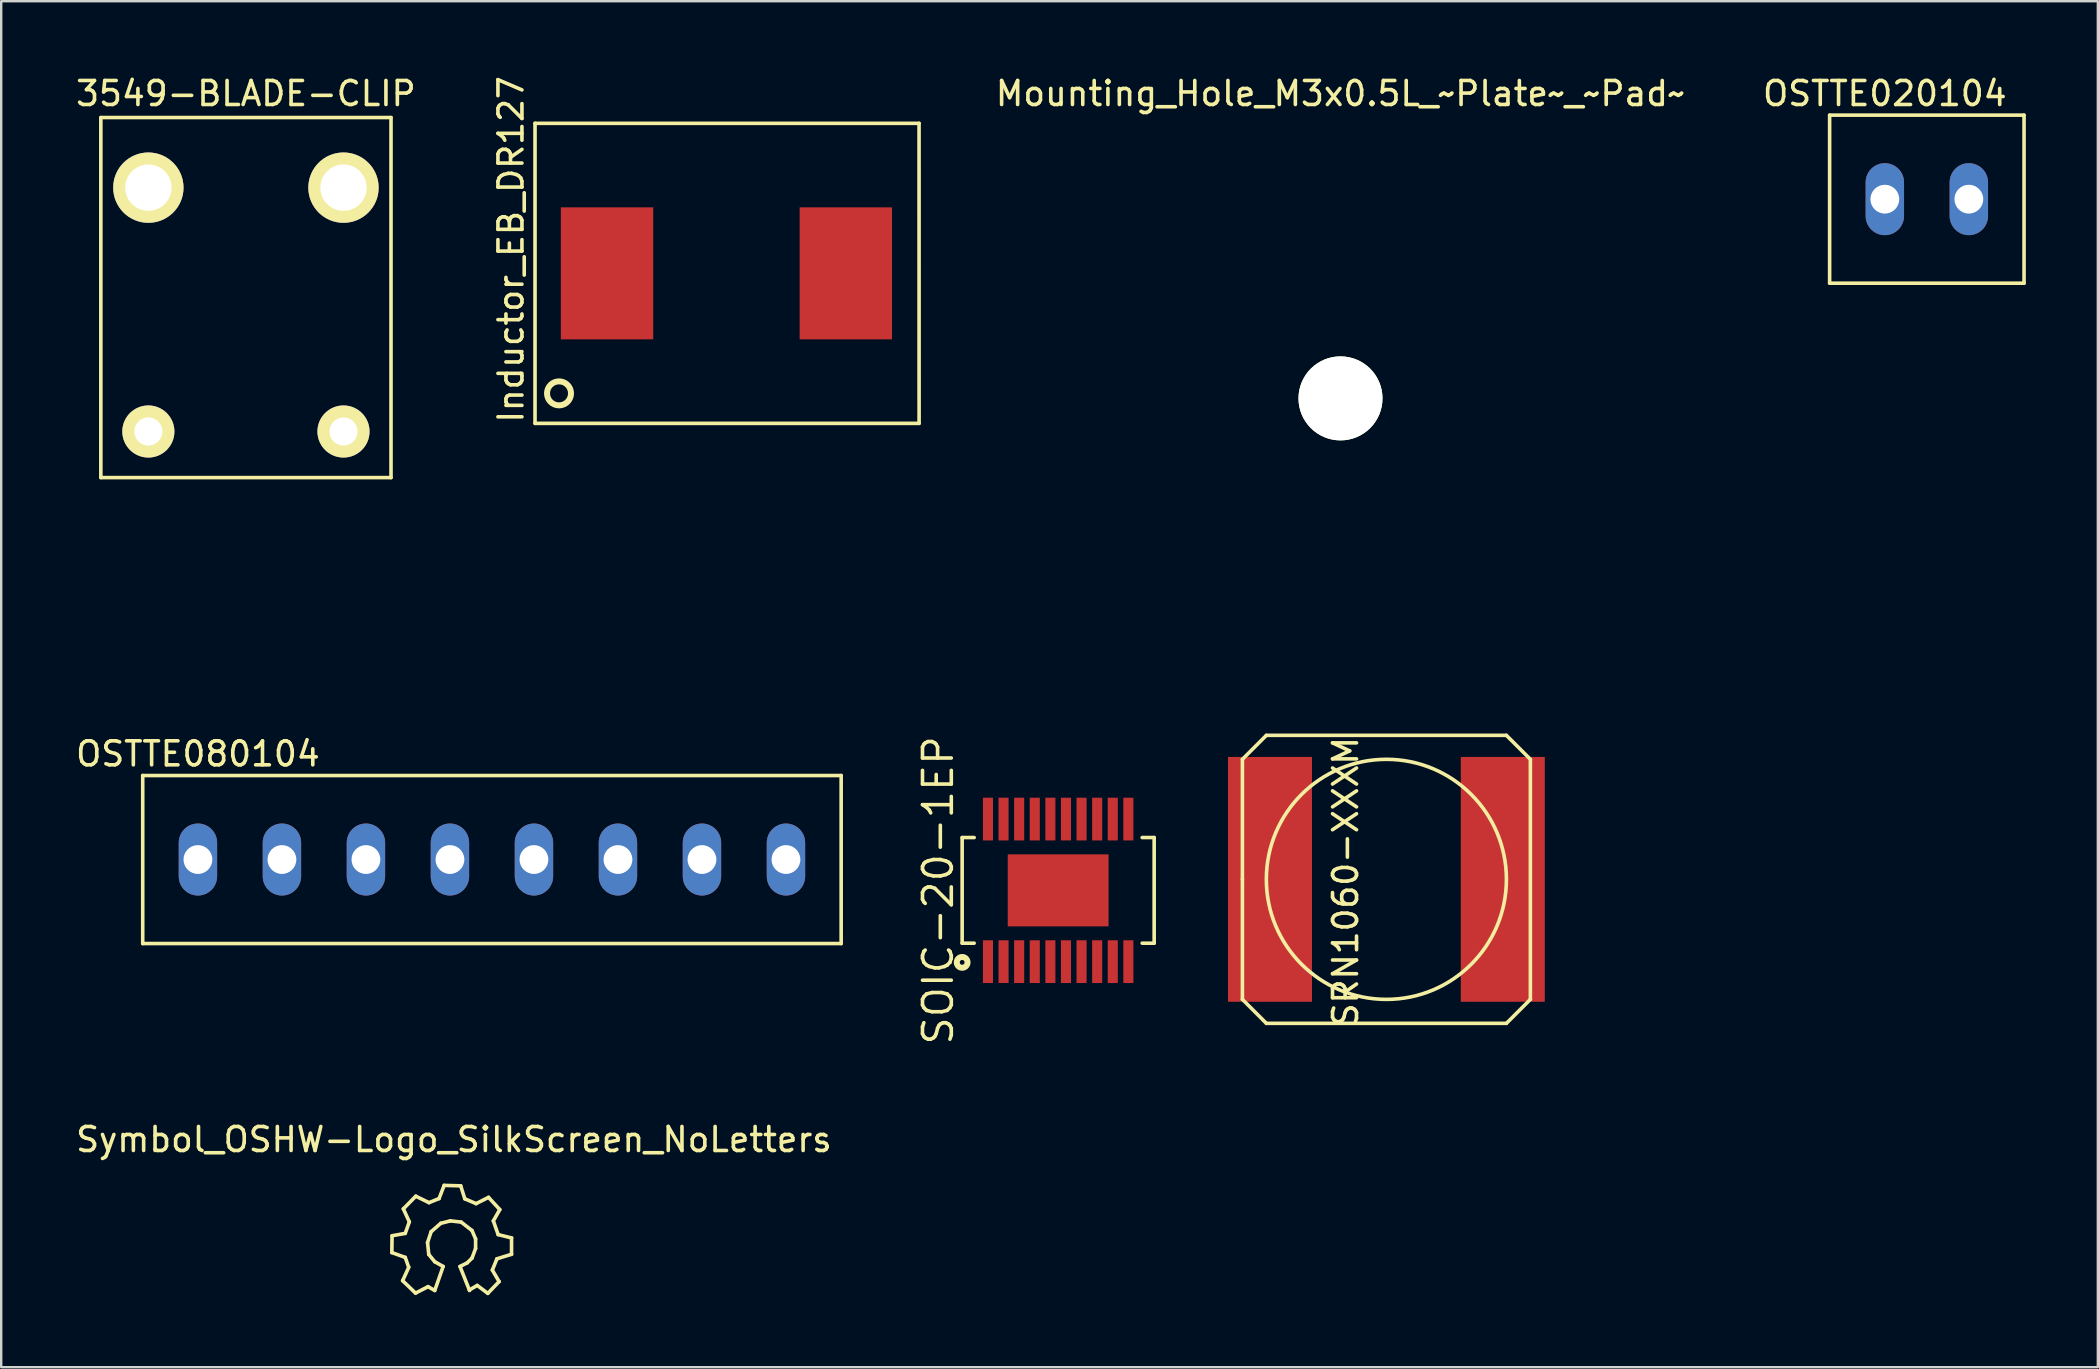
<source format=kicad_pcb>
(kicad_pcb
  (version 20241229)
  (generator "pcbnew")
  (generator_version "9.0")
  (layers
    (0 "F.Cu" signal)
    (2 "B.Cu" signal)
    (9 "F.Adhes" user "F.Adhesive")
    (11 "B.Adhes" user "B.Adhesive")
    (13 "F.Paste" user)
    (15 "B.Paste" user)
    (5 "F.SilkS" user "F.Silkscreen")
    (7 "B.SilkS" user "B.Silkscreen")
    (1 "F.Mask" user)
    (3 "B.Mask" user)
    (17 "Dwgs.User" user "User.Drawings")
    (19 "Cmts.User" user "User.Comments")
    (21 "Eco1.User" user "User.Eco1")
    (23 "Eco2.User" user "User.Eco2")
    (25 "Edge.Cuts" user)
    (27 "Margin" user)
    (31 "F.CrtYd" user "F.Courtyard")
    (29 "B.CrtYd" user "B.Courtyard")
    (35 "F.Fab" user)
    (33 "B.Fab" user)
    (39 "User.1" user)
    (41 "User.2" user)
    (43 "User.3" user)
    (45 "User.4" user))
  (footprint "Symbol_OSHW-Logo_SilkScreen_NoLetters"
    (layer "F.Cu")
    (at 15.764 48.817)
    (property "Reference" "Symbol_OSHW-Logo_SilkScreen_NoLetters" (at 0.099 -4.389 0) (layer "F.SilkS") (effects (font (size 1 1) (thickness 0.15))))
    (attr through_hole)
    (fp_line (start -2.489 0.32) (end -1.93 0.521) (stroke (width 0.15) (type solid)) (layer "F.SilkS"))
    (fp_line (start -2.479 -0.381) (end -2.489 0.32) (stroke (width 0.15) (type solid)) (layer "F.SilkS"))
    (fp_line (start -2.04 1.491) (end -1.501 2.009) (stroke (width 0.15) (type solid)) (layer "F.SilkS"))
    (fp_line (start -2.009 -1.501) (end -1.76 -0.96) (stroke (width 0.15) (type solid)) (layer "F.SilkS"))
    (fp_line (start -1.93 -0.48) (end -2.479 -0.381) (stroke (width 0.15) (type solid)) (layer "F.SilkS"))
    (fp_line (start -1.93 0.521) (end -1.791 0.919) (stroke (width 0.15) (type solid)) (layer "F.SilkS"))
    (fp_line (start -1.781 0.93) (end -2.04 1.491) (stroke (width 0.15) (type solid)) (layer "F.SilkS"))
    (fp_line (start -1.76 -0.96) (end -1.93 -0.48) (stroke (width 0.15) (type solid)) (layer "F.SilkS"))
    (fp_line (start -1.501 2.009) (end -0.98 1.74) (stroke (width 0.15) (type solid)) (layer "F.SilkS"))
    (fp_line (start -1.491 -2.029) (end -2.009 -1.501) (stroke (width 0.15) (type solid)) (layer "F.SilkS"))
    (fp_line (start -1.001 -0.099) (end -0.95 0.399) (stroke (width 0.15) (type solid)) (layer "F.SilkS"))
    (fp_line (start -0.98 1.74) (end -0.701 1.9) (stroke (width 0.15) (type solid)) (layer "F.SilkS"))
    (fp_line (start -0.95 0.399) (end -0.701 0.701) (stroke (width 0.15) (type solid)) (layer "F.SilkS"))
    (fp_line (start -0.94 -1.76) (end -1.491 -2.029) (stroke (width 0.15) (type solid)) (layer "F.SilkS"))
    (fp_line (start -0.851 -0.551) (end -1.001 -0.099) (stroke (width 0.15) (type solid)) (layer "F.SilkS"))
    (fp_line (start -0.701 0.701) (end -0.351 0.899) (stroke (width 0.15) (type solid)) (layer "F.SilkS"))
    (fp_line (start -0.521 -1.93) (end -0.94 -1.76) (stroke (width 0.15) (type solid)) (layer "F.SilkS"))
    (fp_line (start -0.45 -0.899) (end -0.851 -0.551) (stroke (width 0.15) (type solid)) (layer "F.SilkS"))
    (fp_line (start -0.351 0.899) (end -0.701 1.9) (stroke (width 0.15) (type solid)) (layer "F.SilkS"))
    (fp_line (start -0.31 -2.479) (end -0.521 -1.93) (stroke (width 0.15) (type solid)) (layer "F.SilkS"))
    (fp_line (start -0.051 -1.001) (end -0.45 -0.899) (stroke (width 0.15) (type solid)) (layer "F.SilkS"))
    (fp_line (start 0.351 0.899) (end 0.65 0.749) (stroke (width 0.15) (type solid)) (layer "F.SilkS"))
    (fp_line (start 0.351 0.899) (end 0.749 1.9) (stroke (width 0.15) (type solid)) (layer "F.SilkS"))
    (fp_line (start 0.381 -2.461) (end -0.31 -2.479) (stroke (width 0.15) (type solid)) (layer "F.SilkS"))
    (fp_line (start 0.399 -0.95) (end -0.051 -1.001) (stroke (width 0.15) (type solid)) (layer "F.SilkS"))
    (fp_line (start 0.551 -1.92) (end 0.381 -2.461) (stroke (width 0.15) (type solid)) (layer "F.SilkS"))
    (fp_line (start 0.65 0.749) (end 0.851 0.551) (stroke (width 0.15) (type solid)) (layer "F.SilkS"))
    (fp_line (start 0.739 1.88) (end 1.069 1.689) (stroke (width 0.15) (type solid)) (layer "F.SilkS"))
    (fp_line (start 0.851 -0.599) (end 0.399 -0.95) (stroke (width 0.15) (type solid)) (layer "F.SilkS"))
    (fp_line (start 0.851 0.551) (end 1.001 0.15) (stroke (width 0.15) (type solid)) (layer "F.SilkS"))
    (fp_line (start 1.001 -0.249) (end 0.851 -0.599) (stroke (width 0.15) (type solid)) (layer "F.SilkS"))
    (fp_line (start 1.001 0.15) (end 1.001 -0.249) (stroke (width 0.15) (type solid)) (layer "F.SilkS"))
    (fp_line (start 1.021 -1.72) (end 0.551 -1.92) (stroke (width 0.15) (type solid)) (layer "F.SilkS"))
    (fp_line (start 1.069 1.689) (end 1.509 2.019) (stroke (width 0.15) (type solid)) (layer "F.SilkS"))
    (fp_line (start 1.509 2.019) (end 1.981 1.529) (stroke (width 0.15) (type solid)) (layer "F.SilkS"))
    (fp_line (start 1.539 -1.981) (end 1.021 -1.72) (stroke (width 0.15) (type solid)) (layer "F.SilkS"))
    (fp_line (start 1.699 1.049) (end 1.89 0.579) (stroke (width 0.15) (type solid)) (layer "F.SilkS"))
    (fp_line (start 1.74 -1.001) (end 2.009 -1.471) (stroke (width 0.15) (type solid)) (layer "F.SilkS"))
    (fp_line (start 1.89 0.579) (end 2.499 0.391) (stroke (width 0.15) (type solid)) (layer "F.SilkS"))
    (fp_line (start 1.941 -0.429) (end 1.74 -1.001) (stroke (width 0.15) (type solid)) (layer "F.SilkS"))
    (fp_line (start 1.981 1.529) (end 1.699 1.049) (stroke (width 0.15) (type solid)) (layer "F.SilkS"))
    (fp_line (start 2.009 -1.471) (end 1.539 -1.981) (stroke (width 0.15) (type solid)) (layer "F.SilkS"))
    (fp_line (start 2.499 -0.29) (end 1.941 -0.429) (stroke (width 0.15) (type solid)) (layer "F.SilkS"))
    (fp_line (start 2.499 0.391) (end 2.499 -0.29) (stroke (width 0.15) (type solid)) (layer "F.SilkS")))
  (footprint "SRN1060-XXXM"
    (layer "F.Cu")
    (at 54.712 33.587)
    (property "Reference" "SRN1060-XXXM" (at -1.699 0.099 90) (layer "F.SilkS") (effects (font (size 1 1) (thickness 0.15))))
    (attr smd)
    (fp_line (start -5.999 -5.001) (end -5.001 -5.999) (stroke (width 0.15) (type solid)) (layer "F.SilkS"))
    (fp_line (start -5.999 0) (end -5.999 -5.001) (stroke (width 0.15) (type solid)) (layer "F.SilkS"))
    (fp_line (start -5.999 5.001) (end -5.999 0) (stroke (width 0.15) (type solid)) (layer "F.SilkS"))
    (fp_line (start -5.001 -5.999) (end 5.001 -5.999) (stroke (width 0.15) (type solid)) (layer "F.SilkS"))
    (fp_line (start -5.001 5.999) (end -5.999 5.001) (stroke (width 0.15) (type solid)) (layer "F.SilkS"))
    (fp_line (start 5.001 -5.999) (end 5.999 -5.001) (stroke (width 0.15) (type solid)) (layer "F.SilkS"))
    (fp_line (start 5.001 5.999) (end -5.001 5.999) (stroke (width 0.15) (type solid)) (layer "F.SilkS"))
    (fp_line (start 5.999 -5.001) (end 5.999 5.001) (stroke (width 0.15) (type solid)) (layer "F.SilkS"))
    (fp_line (start 5.999 5.001) (end 5.001 5.999) (stroke (width 0.15) (type solid)) (layer "F.SilkS"))
    (fp_circle (center 0 0) (end 0 -5.001) (stroke (width 0.15) (type solid)) (fill no) (layer "F.SilkS"))
    (fp_text user "" (at 0 0 0) (layer "F.SilkS") (effects (font (size 1 1) (thickness 0.15))))
    (fp_text user "" (at 0 0 0) (layer "F.SilkS") (effects (font (size 1 1) (thickness 0.15))))
    (pad "1" smd rect (at -4.85 0) (size 3.5 10.2) (layers "F.Cu" "F.Mask" "F.Paste"))
    (pad "2" smd rect (at 4.85 0) (size 3.5 10.2) (layers "F.Cu" "F.Mask" "F.Paste")))
  (footprint "3549-BLADE-CLIP"
    (layer "F.Cu")
    (at 7.196 9.848)
    (property "Reference" "3549-BLADE-CLIP" (at 0 -9 0) (layer "F.SilkS") (effects (font (size 1 1) (thickness 0.15))))
    (attr through_hole)
    (fp_line (start -6.045 -8) (end -6.045 7) (stroke (width 0.15) (type solid)) (layer "F.SilkS"))
    (fp_line (start -6.045 -8) (end 6.045 -8) (stroke (width 0.15) (type solid)) (layer "F.SilkS"))
    (fp_line (start 6.045 -8) (end 6.045 7) (stroke (width 0.15) (type solid)) (layer "F.SilkS"))
    (fp_line (start 6.045 7) (end -6.045 7) (stroke (width 0.15) (type solid)) (layer "F.SilkS"))
    (pad "1" thru_hole circle (at -4.065 -5.08) (size 2.93 2.93) (drill 1.93) (layers "*.Cu" "*.Mask" "F.SilkS"))
    (pad "1" thru_hole circle (at -4.065 5.08) (size 2.17 2.17) (drill 1.17) (layers "*.Cu" "*.Mask" "F.SilkS"))
    (pad "2" thru_hole circle (at 4.065 -5.08) (size 2.93 2.93) (drill 1.93) (layers "*.Cu" "*.Mask" "F.SilkS"))
    (pad "2" thru_hole circle (at 4.065 5.08) (size 2.17 2.17) (drill 1.17) (layers "*.Cu" "*.Mask" "F.SilkS")))
  (footprint "Inductor_EB_DR127"
    (layer "F.Cu")
    (at 22.241 8.339)
    (property "Reference" "Inductor_EB_DR127" (at -4 -1 90) (layer "F.SilkS") (effects (font (size 1 1) (thickness 0.15))))
    (attr smd)
    (fp_line (start -3 -6.25) (end 13.002 -6.25) (stroke (width 0.15) (type solid)) (layer "F.SilkS"))
    (fp_line (start -3 6.25) (end -3 -6.25) (stroke (width 0.15) (type solid)) (layer "F.SilkS"))
    (fp_line (start 13 -6.25) (end 13.002 6.25) (stroke (width 0.15) (type solid)) (layer "F.SilkS"))
    (fp_line (start 13.002 6.25) (end -3 6.25) (stroke (width 0.15) (type solid)) (layer "F.SilkS"))
    (fp_circle (center -2 5) (end -1.5 5) (stroke (width 0.25) (type solid)) (fill no) (layer "F.SilkS"))
    (fp_text user "" (at 0 0 0) (layer "F.SilkS") (effects (font (size 1 1) (thickness 0.15))))
    (fp_text user "" (at 0 0 0) (layer "F.SilkS") (effects (font (size 1 1) (thickness 0.15))))
    (pad "1" smd rect (at 0 0) (size 3.85 5.5) (layers "F.Cu" "F.Mask" "F.Paste"))
    (pad "2" smd rect (at 9.95 0) (size 3.85 5.5) (layers "F.Cu" "F.Mask" "F.Paste")))
  (footprint "SOIC-20-1EP"
    (layer "F.Cu")
    (at 41.037 34.046)
    (property "Reference" "SOIC-20-1EP" (at -5 0 90) (layer "F.SilkS") (effects (font (size 1.2 1.2) (thickness 0.15))))
    (attr through_hole)
    (fp_line (start -4 -2.2) (end -3.5 -2.2) (stroke (width 0.15) (type solid)) (layer "F.SilkS"))
    (fp_line (start -4 2.2) (end -4 -2.2) (stroke (width 0.15) (type solid)) (layer "F.SilkS"))
    (fp_line (start -3.5 2.2) (end -4 2.2) (stroke (width 0.15) (type solid)) (layer "F.SilkS"))
    (fp_line (start 3.5 -2.2) (end 4 -2.2) (stroke (width 0.15) (type solid)) (layer "F.SilkS"))
    (fp_line (start 4 2.2) (end 3.5 2.2) (stroke (width 0.15) (type solid)) (layer "F.SilkS"))
    (fp_line (start 4 2.2) (end 4 -2.2) (stroke (width 0.15) (type solid)) (layer "F.SilkS"))
    (fp_circle (center -4 3) (end -4.1 3) (stroke (width 0.25) (type solid)) (fill no) (layer "F.SilkS"))
    (pad "1" smd rect (at -2.925 2.97) (size 0.42 1.78) (layers "F.Cu" "F.Mask" "F.Paste"))
    (pad "2" smd rect (at -2.275 2.97) (size 0.42 1.78) (layers "F.Cu" "F.Mask" "F.Paste"))
    (pad "3" smd rect (at -1.625 2.97) (size 0.42 1.78) (layers "F.Cu" "F.Mask" "F.Paste"))
    (pad "4" smd rect (at -0.975 2.97) (size 0.42 1.78) (layers "F.Cu" "F.Mask" "F.Paste"))
    (pad "5" smd rect (at -0.325 2.97) (size 0.42 1.78) (layers "F.Cu" "F.Mask" "F.Paste"))
    (pad "6" smd rect (at 0.325 2.97) (size 0.42 1.78) (layers "F.Cu" "F.Mask" "F.Paste"))
    (pad "7" smd rect (at 0.975 2.97) (size 0.42 1.78) (layers "F.Cu" "F.Mask" "F.Paste"))
    (pad "8" smd rect (at 1.625 2.97) (size 0.42 1.78) (layers "F.Cu" "F.Mask" "F.Paste"))
    (pad "9" smd rect (at 2.275 2.97) (size 0.42 1.78) (layers "F.Cu" "F.Mask" "F.Paste"))
    (pad "10" smd rect (at 2.925 2.97) (size 0.42 1.78) (layers "F.Cu" "F.Mask" "F.Paste"))
    (pad "11" smd rect (at 2.925 -2.97) (size 0.42 1.78) (layers "F.Cu" "F.Mask" "F.Paste"))
    (pad "12" smd rect (at 2.275 -2.97) (size 0.42 1.78) (layers "F.Cu" "F.Mask" "F.Paste"))
    (pad "13" smd rect (at 1.625 -2.97) (size 0.42 1.78) (layers "F.Cu" "F.Mask" "F.Paste"))
    (pad "14" smd rect (at 0.975 -2.97) (size 0.42 1.78) (layers "F.Cu" "F.Mask" "F.Paste"))
    (pad "15" smd rect (at 0.325 -2.97) (size 0.42 1.78) (layers "F.Cu" "F.Mask" "F.Paste"))
    (pad "16" smd rect (at -0.325 -2.97) (size 0.42 1.78) (layers "F.Cu" "F.Mask" "F.Paste"))
    (pad "17" smd rect (at -0.975 -2.97) (size 0.42 1.78) (layers "F.Cu" "F.Mask" "F.Paste"))
    (pad "18" smd rect (at -1.625 -2.97) (size 0.42 1.78) (layers "F.Cu" "F.Mask" "F.Paste"))
    (pad "19" smd rect (at -2.275 -2.97) (size 0.42 1.78) (layers "F.Cu" "F.Mask" "F.Paste"))
    (pad "20" smd rect (at -2.925 -2.97) (size 0.42 1.78) (layers "F.Cu" "F.Mask" "F.Paste"))
    (pad "EP" smd rect (at 0 0) (size 4.2 3) (layers "F.Cu" "F.Mask" "F.Paste")))
  (footprint "Mounting_Hole_M3x0.5L_~Plate~_~Pad~"
    (layer "F.Cu")
    (at 52.8 13.548)
    (property "Reference" "Mounting_Hole_M3x0.5L_~Plate~_~Pad~" (at 0 -12.7 0) (layer "F.SilkS") (effects (font (size 1 1) (thickness 0.15))))
    (attr through_hole)
    (fp_circle (center 0 0) (end 7.7 7.7) (stroke (width 0.15) (type solid)) (fill no) (layer "Margin"))
    (pad "" np_thru_hole circle (at 0 0) (size 3.5 3.5) (drill 3.5) (layers "*.Cu" "*.Mask" "F.SilkS")))
  (footprint "OSTTE080104"
    (layer "F.Cu")
    (at 5.196 32.761)
    (property "Reference" "OSTTE080104" (at 0 -4.4 0) (layer "F.SilkS") (effects (font (size 1 1) (thickness 0.15))))
    (attr exclude_from_pos_files exclude_from_bom)
    (fp_line (start -2.3 -3.5) (end -2.3 3.5) (stroke (width 0.15) (type solid)) (layer "F.SilkS"))
    (fp_line (start -2.3 -3.5) (end 26.8 -3.5) (stroke (width 0.15) (type solid)) (layer "F.SilkS"))
    (fp_line (start 26.8 -3.5) (end 26.8 3.5) (stroke (width 0.15) (type solid)) (layer "F.SilkS"))
    (fp_line (start 26.8 3.5) (end -2.3 3.5) (stroke (width 0.15) (type solid)) (layer "F.SilkS"))
    (pad "1" thru_hole oval (at 0 0) (size 1.6 3) (drill 1.2) (layers "*.Cu" "*.Mask"))
    (pad "2" thru_hole oval (at 3.5 0) (size 1.6 3) (drill 1.2) (layers "*.Cu" "*.Mask"))
    (pad "3" thru_hole oval (at 7 0 180) (size 1.6 3) (drill 1.2) (layers "*.Cu" "*.Mask"))
    (pad "4" thru_hole oval (at 10.5 0 180) (size 1.6 3) (drill 1.2) (layers "*.Cu" "*.Mask"))
    (pad "5" thru_hole oval (at 14 0) (size 1.6 3) (drill 1.2) (layers "*.Cu" "*.Mask"))
    (pad "6" thru_hole oval (at 17.5 0) (size 1.6 3) (drill 1.2) (layers "*.Cu" "*.Mask"))
    (pad "7" thru_hole oval (at 21 0 180) (size 1.6 3) (drill 1.2) (layers "*.Cu" "*.Mask"))
    (pad "8" thru_hole oval (at 24.5 0 180) (size 1.6 3) (drill 1.2) (layers "*.Cu" "*.Mask")))
  (footprint "OSTTE020104"
    (layer "F.Cu")
    (at 75.479 5.248)
    (property "Reference" "OSTTE020104" (at 0 -4.4 0) (layer "F.SilkS") (effects (font (size 1 1) (thickness 0.15))))
    (attr exclude_from_pos_files exclude_from_bom)
    (fp_line (start -2.3 -3.5) (end -2.3 3.5) (stroke (width 0.15) (type solid)) (layer "F.SilkS"))
    (fp_line (start -2.3 -3.5) (end 5.8 -3.5) (stroke (width 0.15) (type solid)) (layer "F.SilkS"))
    (fp_line (start -2.3 3.5) (end 5.8 3.5) (stroke (width 0.15) (type solid)) (layer "F.SilkS"))
    (fp_line (start 5.8 -3.5) (end 5.8 3.5) (stroke (width 0.15) (type solid)) (layer "F.SilkS"))
    (pad "1" thru_hole oval (at 0 0) (size 1.6 3) (drill 1.2) (layers "*.Cu" "*.Mask"))
    (pad "2" thru_hole oval (at 3.5 0) (size 1.6 3) (drill 1.2) (layers "*.Cu" "*.Mask")))
  (gr_rect
    (start -3 -3)
    (end 84.354 53.912)
    (stroke (width 0.1) (type default))
    (fill no)
    (layer "Edge.Cuts")))
</source>
